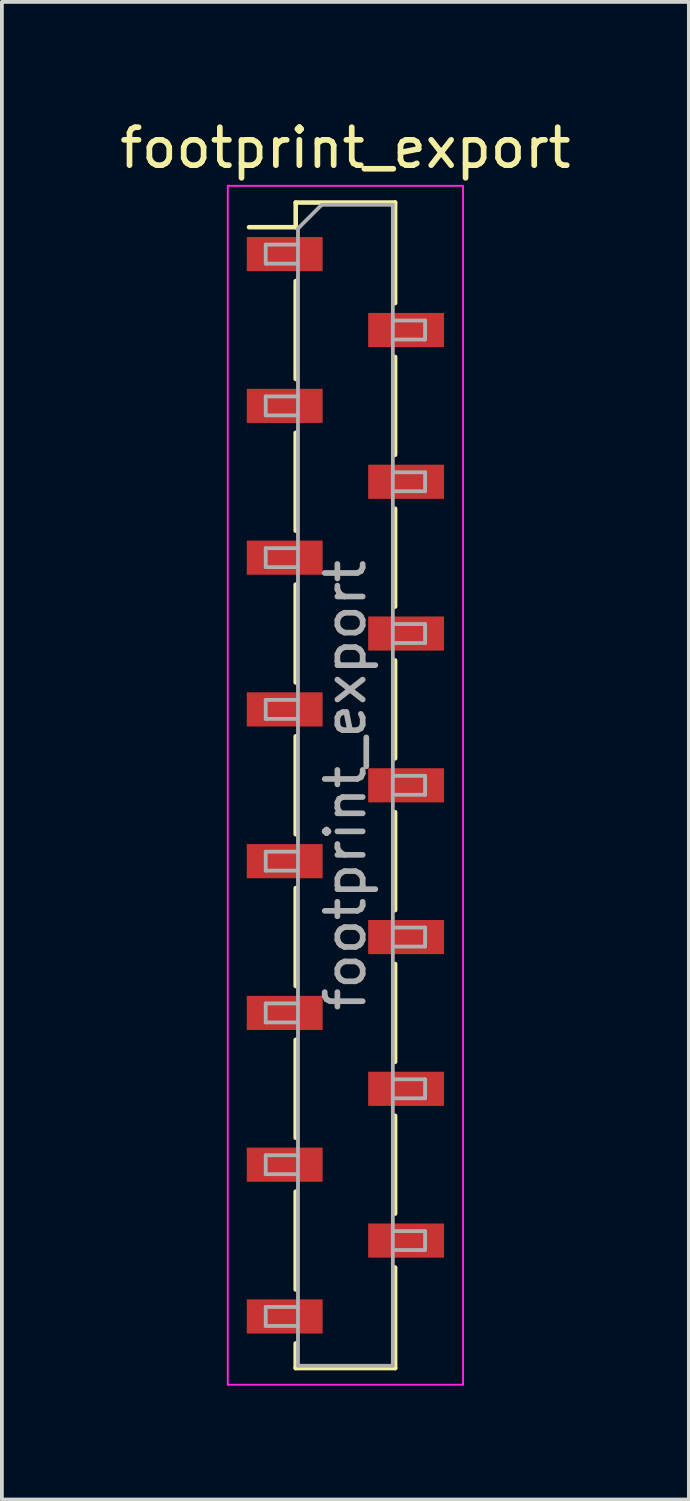
<source format=kicad_pcb>
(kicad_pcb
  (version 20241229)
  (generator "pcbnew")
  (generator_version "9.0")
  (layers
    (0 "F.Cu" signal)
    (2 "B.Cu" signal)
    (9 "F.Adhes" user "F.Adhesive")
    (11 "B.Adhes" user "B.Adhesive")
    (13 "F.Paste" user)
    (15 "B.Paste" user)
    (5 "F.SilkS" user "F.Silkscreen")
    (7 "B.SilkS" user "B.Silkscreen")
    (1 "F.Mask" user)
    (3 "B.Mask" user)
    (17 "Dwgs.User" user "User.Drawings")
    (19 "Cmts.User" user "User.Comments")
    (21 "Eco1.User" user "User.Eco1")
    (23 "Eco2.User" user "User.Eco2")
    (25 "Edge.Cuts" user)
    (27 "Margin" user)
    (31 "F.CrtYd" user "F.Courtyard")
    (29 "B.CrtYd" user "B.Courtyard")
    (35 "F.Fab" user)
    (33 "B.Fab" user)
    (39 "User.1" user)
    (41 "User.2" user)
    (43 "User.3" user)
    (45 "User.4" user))
  (footprint "footprint_export"
    (layer "F.Cu")
    (at 6.054 17.648)
    (property "Reference" "footprint_export" (at 0 -16.8 0) (layer "F.SilkS") (effects (font (size 1 1) (thickness 0.15))))
    (attr smd)
    (fp_line (start -2.54 -14.71) (end -1.31 -14.71) (stroke (width 0.12) (type solid)) (layer "F.SilkS"))
    (fp_line (start -1.31 -15.36) (end -1.31 -14.71) (stroke (width 0.12) (type solid)) (layer "F.SilkS"))
    (fp_line (start -1.31 -15.36) (end 1.31 -15.36) (stroke (width 0.12) (type solid)) (layer "F.SilkS"))
    (fp_line (start -1.31 -13.29) (end -1.31 -10.71) (stroke (width 0.12) (type solid)) (layer "F.SilkS"))
    (fp_line (start -1.31 -9.29) (end -1.31 -6.71) (stroke (width 0.12) (type solid)) (layer "F.SilkS"))
    (fp_line (start -1.31 -5.29) (end -1.31 -2.71) (stroke (width 0.12) (type solid)) (layer "F.SilkS"))
    (fp_line (start -1.31 -1.29) (end -1.31 1.29) (stroke (width 0.12) (type solid)) (layer "F.SilkS"))
    (fp_line (start -1.31 2.71) (end -1.31 5.29) (stroke (width 0.12) (type solid)) (layer "F.SilkS"))
    (fp_line (start -1.31 6.71) (end -1.31 9.29) (stroke (width 0.12) (type solid)) (layer "F.SilkS"))
    (fp_line (start -1.31 10.71) (end -1.31 13.29) (stroke (width 0.12) (type solid)) (layer "F.SilkS"))
    (fp_line (start -1.31 14.71) (end -1.31 15.36) (stroke (width 0.12) (type solid)) (layer "F.SilkS"))
    (fp_line (start -1.31 15.36) (end 1.31 15.36) (stroke (width 0.12) (type solid)) (layer "F.SilkS"))
    (fp_line (start 1.31 -15.36) (end 1.31 -12.71) (stroke (width 0.12) (type solid)) (layer "F.SilkS"))
    (fp_line (start 1.31 -11.29) (end 1.31 -8.71) (stroke (width 0.12) (type solid)) (layer "F.SilkS"))
    (fp_line (start 1.31 -7.29) (end 1.31 -4.71) (stroke (width 0.12) (type solid)) (layer "F.SilkS"))
    (fp_line (start 1.31 -3.29) (end 1.31 -0.71) (stroke (width 0.12) (type solid)) (layer "F.SilkS"))
    (fp_line (start 1.31 0.71) (end 1.31 3.29) (stroke (width 0.12) (type solid)) (layer "F.SilkS"))
    (fp_line (start 1.31 4.71) (end 1.31 7.29) (stroke (width 0.12) (type solid)) (layer "F.SilkS"))
    (fp_line (start 1.31 8.71) (end 1.31 11.29) (stroke (width 0.12) (type solid)) (layer "F.SilkS"))
    (fp_line (start 1.31 12.71) (end 1.31 15.36) (stroke (width 0.12) (type solid)) (layer "F.SilkS"))
    (fp_line (start -3.1 -15.8) (end 3.1 -15.8) (stroke (width 0.05) (type solid)) (layer "F.CrtYd"))
    (fp_line (start -3.1 15.8) (end -3.1 -15.8) (stroke (width 0.05) (type solid)) (layer "F.CrtYd"))
    (fp_line (start 3.1 -15.8) (end 3.1 15.8) (stroke (width 0.05) (type solid)) (layer "F.CrtYd"))
    (fp_line (start 3.1 15.8) (end -3.1 15.8) (stroke (width 0.05) (type solid)) (layer "F.CrtYd"))
    (fp_line (start -2.1 -14.25) (end -1.25 -14.25) (stroke (width 0.1) (type solid)) (layer "F.Fab"))
    (fp_line (start -2.1 -13.75) (end -2.1 -14.25) (stroke (width 0.1) (type solid)) (layer "F.Fab"))
    (fp_line (start -2.1 -10.25) (end -1.25 -10.25) (stroke (width 0.1) (type solid)) (layer "F.Fab"))
    (fp_line (start -2.1 -9.75) (end -2.1 -10.25) (stroke (width 0.1) (type solid)) (layer "F.Fab"))
    (fp_line (start -2.1 -6.25) (end -1.25 -6.25) (stroke (width 0.1) (type solid)) (layer "F.Fab"))
    (fp_line (start -2.1 -5.75) (end -2.1 -6.25) (stroke (width 0.1) (type solid)) (layer "F.Fab"))
    (fp_line (start -2.1 -2.25) (end -1.25 -2.25) (stroke (width 0.1) (type solid)) (layer "F.Fab"))
    (fp_line (start -2.1 -1.75) (end -2.1 -2.25) (stroke (width 0.1) (type solid)) (layer "F.Fab"))
    (fp_line (start -2.1 1.75) (end -1.25 1.75) (stroke (width 0.1) (type solid)) (layer "F.Fab"))
    (fp_line (start -2.1 2.25) (end -2.1 1.75) (stroke (width 0.1) (type solid)) (layer "F.Fab"))
    (fp_line (start -2.1 5.75) (end -1.25 5.75) (stroke (width 0.1) (type solid)) (layer "F.Fab"))
    (fp_line (start -2.1 6.25) (end -2.1 5.75) (stroke (width 0.1) (type solid)) (layer "F.Fab"))
    (fp_line (start -2.1 9.75) (end -1.25 9.75) (stroke (width 0.1) (type solid)) (layer "F.Fab"))
    (fp_line (start -2.1 10.25) (end -2.1 9.75) (stroke (width 0.1) (type solid)) (layer "F.Fab"))
    (fp_line (start -2.1 13.75) (end -1.25 13.75) (stroke (width 0.1) (type solid)) (layer "F.Fab"))
    (fp_line (start -2.1 14.25) (end -2.1 13.75) (stroke (width 0.1) (type solid)) (layer "F.Fab"))
    (fp_line (start -1.25 -14.675) (end -0.625 -15.3) (stroke (width 0.1) (type solid)) (layer "F.Fab"))
    (fp_line (start -1.25 -13.75) (end -2.1 -13.75) (stroke (width 0.1) (type solid)) (layer "F.Fab"))
    (fp_line (start -1.25 -9.75) (end -2.1 -9.75) (stroke (width 0.1) (type solid)) (layer "F.Fab"))
    (fp_line (start -1.25 -5.75) (end -2.1 -5.75) (stroke (width 0.1) (type solid)) (layer "F.Fab"))
    (fp_line (start -1.25 -1.75) (end -2.1 -1.75) (stroke (width 0.1) (type solid)) (layer "F.Fab"))
    (fp_line (start -1.25 2.25) (end -2.1 2.25) (stroke (width 0.1) (type solid)) (layer "F.Fab"))
    (fp_line (start -1.25 6.25) (end -2.1 6.25) (stroke (width 0.1) (type solid)) (layer "F.Fab"))
    (fp_line (start -1.25 10.25) (end -2.1 10.25) (stroke (width 0.1) (type solid)) (layer "F.Fab"))
    (fp_line (start -1.25 14.25) (end -2.1 14.25) (stroke (width 0.1) (type solid)) (layer "F.Fab"))
    (fp_line (start -1.25 15.3) (end -1.25 -14.675) (stroke (width 0.1) (type solid)) (layer "F.Fab"))
    (fp_line (start -0.625 -15.3) (end 1.25 -15.3) (stroke (width 0.1) (type solid)) (layer "F.Fab"))
    (fp_line (start 1.25 -15.3) (end 1.25 15.3) (stroke (width 0.1) (type solid)) (layer "F.Fab"))
    (fp_line (start 1.25 -12.25) (end 2.1 -12.25) (stroke (width 0.1) (type solid)) (layer "F.Fab"))
    (fp_line (start 1.25 -8.25) (end 2.1 -8.25) (stroke (width 0.1) (type solid)) (layer "F.Fab"))
    (fp_line (start 1.25 -4.25) (end 2.1 -4.25) (stroke (width 0.1) (type solid)) (layer "F.Fab"))
    (fp_line (start 1.25 -0.25) (end 2.1 -0.25) (stroke (width 0.1) (type solid)) (layer "F.Fab"))
    (fp_line (start 1.25 3.75) (end 2.1 3.75) (stroke (width 0.1) (type solid)) (layer "F.Fab"))
    (fp_line (start 1.25 7.75) (end 2.1 7.75) (stroke (width 0.1) (type solid)) (layer "F.Fab"))
    (fp_line (start 1.25 11.75) (end 2.1 11.75) (stroke (width 0.1) (type solid)) (layer "F.Fab"))
    (fp_line (start 1.25 15.3) (end -1.25 15.3) (stroke (width 0.1) (type solid)) (layer "F.Fab"))
    (fp_line (start 2.1 -12.25) (end 2.1 -11.75) (stroke (width 0.1) (type solid)) (layer "F.Fab"))
    (fp_line (start 2.1 -11.75) (end 1.25 -11.75) (stroke (width 0.1) (type solid)) (layer "F.Fab"))
    (fp_line (start 2.1 -8.25) (end 2.1 -7.75) (stroke (width 0.1) (type solid)) (layer "F.Fab"))
    (fp_line (start 2.1 -7.75) (end 1.25 -7.75) (stroke (width 0.1) (type solid)) (layer "F.Fab"))
    (fp_line (start 2.1 -4.25) (end 2.1 -3.75) (stroke (width 0.1) (type solid)) (layer "F.Fab"))
    (fp_line (start 2.1 -3.75) (end 1.25 -3.75) (stroke (width 0.1) (type solid)) (layer "F.Fab"))
    (fp_line (start 2.1 -0.25) (end 2.1 0.25) (stroke (width 0.1) (type solid)) (layer "F.Fab"))
    (fp_line (start 2.1 0.25) (end 1.25 0.25) (stroke (width 0.1) (type solid)) (layer "F.Fab"))
    (fp_line (start 2.1 3.75) (end 2.1 4.25) (stroke (width 0.1) (type solid)) (layer "F.Fab"))
    (fp_line (start 2.1 4.25) (end 1.25 4.25) (stroke (width 0.1) (type solid)) (layer "F.Fab"))
    (fp_line (start 2.1 7.75) (end 2.1 8.25) (stroke (width 0.1) (type solid)) (layer "F.Fab"))
    (fp_line (start 2.1 8.25) (end 1.25 8.25) (stroke (width 0.1) (type solid)) (layer "F.Fab"))
    (fp_line (start 2.1 11.75) (end 2.1 12.25) (stroke (width 0.1) (type solid)) (layer "F.Fab"))
    (fp_line (start 2.1 12.25) (end 1.25 12.25) (stroke (width 0.1) (type solid)) (layer "F.Fab"))
    (fp_text user "${REFERENCE}" (at 0 0 90) (layer "F.Fab") (effects (font (size 1 1) (thickness 0.15))))
    (pad "1" smd rect (at -1.6 -14) (size 2 0.9) (layers "F.Cu" "F.Mask" "F.Paste"))
    (pad "2" smd rect (at 1.6 -12) (size 2 0.9) (layers "F.Cu" "F.Mask" "F.Paste"))
    (pad "3" smd rect (at -1.6 -10) (size 2 0.9) (layers "F.Cu" "F.Mask" "F.Paste"))
    (pad "4" smd rect (at 1.6 -8) (size 2 0.9) (layers "F.Cu" "F.Mask" "F.Paste"))
    (pad "5" smd rect (at -1.6 -6) (size 2 0.9) (layers "F.Cu" "F.Mask" "F.Paste"))
    (pad "6" smd rect (at 1.6 -4) (size 2 0.9) (layers "F.Cu" "F.Mask" "F.Paste"))
    (pad "7" smd rect (at -1.6 -2) (size 2 0.9) (layers "F.Cu" "F.Mask" "F.Paste"))
    (pad "8" smd rect (at 1.6 0) (size 2 0.9) (layers "F.Cu" "F.Mask" "F.Paste"))
    (pad "9" smd rect (at -1.6 2) (size 2 0.9) (layers "F.Cu" "F.Mask" "F.Paste"))
    (pad "10" smd rect (at 1.6 4) (size 2 0.9) (layers "F.Cu" "F.Mask" "F.Paste"))
    (pad "11" smd rect (at -1.6 6) (size 2 0.9) (layers "F.Cu" "F.Mask" "F.Paste"))
    (pad "12" smd rect (at 1.6 8) (size 2 0.9) (layers "F.Cu" "F.Mask" "F.Paste"))
    (pad "13" smd rect (at -1.6 10) (size 2 0.9) (layers "F.Cu" "F.Mask" "F.Paste"))
    (pad "14" smd rect (at 1.6 12) (size 2 0.9) (layers "F.Cu" "F.Mask" "F.Paste"))
    (pad "15" smd rect (at -1.6 14) (size 2 0.9) (layers "F.Cu" "F.Mask" "F.Paste")))
  (gr_rect
    (start -3 -3)
    (end 15.107 36.473)
    (stroke (width 0.1) (type default))
    (fill no)
    (layer "Edge.Cuts")))
</source>
